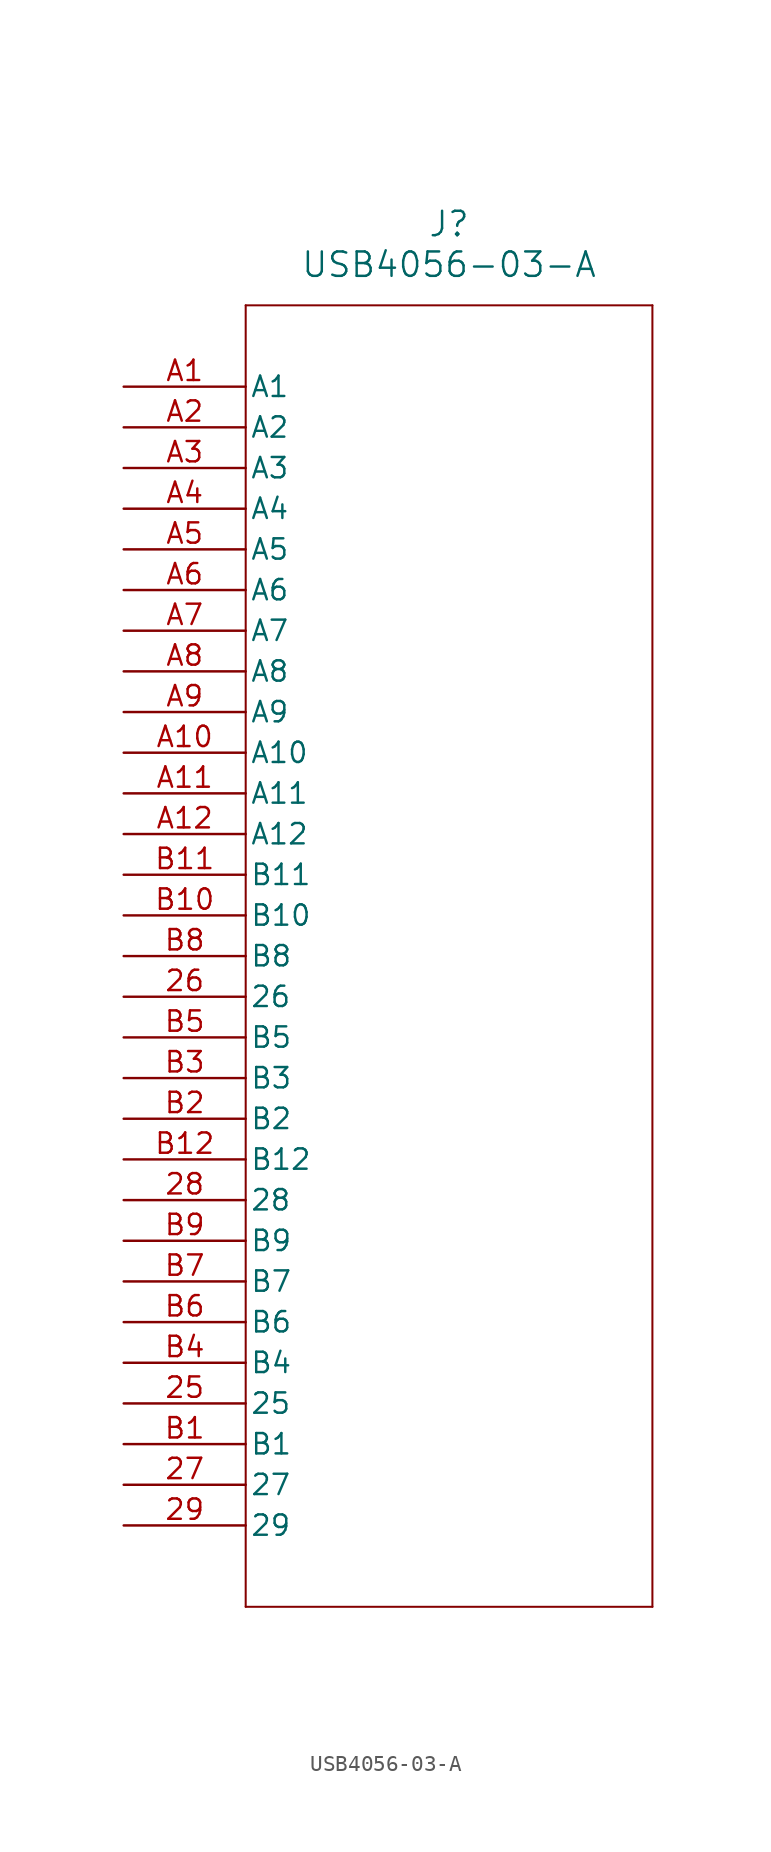
<source format=kicad_sym>
(kicad_symbol_lib
  (version 20220914)
  (generator kicad_symbol_editor)
  (symbol "USB4056-03-A"
    (pin_names
      (offset 0.254))
    (property "Reference" "J"
      (at 20.32 10.16 0)
      (effects (font (size 1.524 1.524))))
    (property "Value" "USB4056-03-A"
      (at 20.32 7.62 0)
      (effects (font (size 1.524 1.524))))
    (property "ki_locked" ""
      (at 0 0 0)
      (effects (font (size 1.27 1.27))))
    (symbol "USB4056-03-A_0_1"
      (polyline (pts (xy 7.62 -76.2) (xy 33.02 -76.2)) (stroke (width 0.127) (type default)) (fill (type none)))
      (polyline (pts (xy 7.62 5.08) (xy 7.62 -76.2)) (stroke (width 0.127) (type default)) (fill (type none)))
      (polyline (pts (xy 33.02 -76.2) (xy 33.02 5.08)) (stroke (width 0.127) (type default)) (fill (type none)))
      (polyline (pts (xy 33.02 5.08) (xy 7.62 5.08)) (stroke (width 0.127) (type default)) (fill (type none)))
      (pin unspecified line (at 0 -63.5 0) (length 7.62) (name "25" (effects (font (size 1.27 1.27)))) (number "25" (effects (font (size 1.27 1.27)))))
      (pin unspecified line (at 0 -38.1 0) (length 7.62) (name "26" (effects (font (size 1.27 1.27)))) (number "26" (effects (font (size 1.27 1.27)))))
      (pin unspecified line (at 0 -68.58 0) (length 7.62) (name "27" (effects (font (size 1.27 1.27)))) (number "27" (effects (font (size 1.27 1.27)))))
      (pin unspecified line (at 0 -50.8 0) (length 7.62) (name "28" (effects (font (size 1.27 1.27)))) (number "28" (effects (font (size 1.27 1.27)))))
      (pin unspecified line (at 0 -71.12 0) (length 7.62) (name "29" (effects (font (size 1.27 1.27)))) (number "29" (effects (font (size 1.27 1.27)))))
      (pin unspecified line (at 0 0 0) (length 7.62) (name "A1" (effects (font (size 1.27 1.27)))) (number "A1" (effects (font (size 1.27 1.27)))))
      (pin unspecified line (at 0 -22.86 0) (length 7.62) (name "A10" (effects (font (size 1.27 1.27)))) (number "A10" (effects (font (size 1.27 1.27)))))
      (pin unspecified line (at 0 -25.4 0) (length 7.62) (name "A11" (effects (font (size 1.27 1.27)))) (number "A11" (effects (font (size 1.27 1.27)))))
      (pin unspecified line (at 0 -27.94 0) (length 7.62) (name "A12" (effects (font (size 1.27 1.27)))) (number "A12" (effects (font (size 1.27 1.27)))))
      (pin unspecified line (at 0 -2.54 0) (length 7.62) (name "A2" (effects (font (size 1.27 1.27)))) (number "A2" (effects (font (size 1.27 1.27)))))
      (pin unspecified line (at 0 -5.08 0) (length 7.62) (name "A3" (effects (font (size 1.27 1.27)))) (number "A3" (effects (font (size 1.27 1.27)))))
      (pin unspecified line (at 0 -7.62 0) (length 7.62) (name "A4" (effects (font (size 1.27 1.27)))) (number "A4" (effects (font (size 1.27 1.27)))))
      (pin unspecified line (at 0 -10.16 0) (length 7.62) (name "A5" (effects (font (size 1.27 1.27)))) (number "A5" (effects (font (size 1.27 1.27)))))
      (pin unspecified line (at 0 -12.7 0) (length 7.62) (name "A6" (effects (font (size 1.27 1.27)))) (number "A6" (effects (font (size 1.27 1.27)))))
      (pin unspecified line (at 0 -15.24 0) (length 7.62) (name "A7" (effects (font (size 1.27 1.27)))) (number "A7" (effects (font (size 1.27 1.27)))))
      (pin unspecified line (at 0 -17.78 0) (length 7.62) (name "A8" (effects (font (size 1.27 1.27)))) (number "A8" (effects (font (size 1.27 1.27)))))
      (pin unspecified line (at 0 -20.32 0) (length 7.62) (name "A9" (effects (font (size 1.27 1.27)))) (number "A9" (effects (font (size 1.27 1.27)))))
      (pin unspecified line (at 0 -66.04 0) (length 7.62) (name "B1" (effects (font (size 1.27 1.27)))) (number "B1" (effects (font (size 1.27 1.27)))))
      (pin unspecified line (at 0 -33.02 0) (length 7.62) (name "B10" (effects (font (size 1.27 1.27)))) (number "B10" (effects (font (size 1.27 1.27)))))
      (pin unspecified line (at 0 -30.48 0) (length 7.62) (name "B11" (effects (font (size 1.27 1.27)))) (number "B11" (effects (font (size 1.27 1.27)))))
      (pin unspecified line (at 0 -48.26 0) (length 7.62) (name "B12" (effects (font (size 1.27 1.27)))) (number "B12" (effects (font (size 1.27 1.27)))))
      (pin unspecified line (at 0 -45.72 0) (length 7.62) (name "B2" (effects (font (size 1.27 1.27)))) (number "B2" (effects (font (size 1.27 1.27)))))
      (pin unspecified line (at 0 -43.18 0) (length 7.62) (name "B3" (effects (font (size 1.27 1.27)))) (number "B3" (effects (font (size 1.27 1.27)))))
      (pin unspecified line (at 0 -60.96 0) (length 7.62) (name "B4" (effects (font (size 1.27 1.27)))) (number "B4" (effects (font (size 1.27 1.27)))))
      (pin unspecified line (at 0 -40.64 0) (length 7.62) (name "B5" (effects (font (size 1.27 1.27)))) (number "B5" (effects (font (size 1.27 1.27)))))
      (pin unspecified line (at 0 -58.42 0) (length 7.62) (name "B6" (effects (font (size 1.27 1.27)))) (number "B6" (effects (font (size 1.27 1.27)))))
      (pin unspecified line (at 0 -55.88 0) (length 7.62) (name "B7" (effects (font (size 1.27 1.27)))) (number "B7" (effects (font (size 1.27 1.27)))))
      (pin unspecified line (at 0 -35.56 0) (length 7.62) (name "B8" (effects (font (size 1.27 1.27)))) (number "B8" (effects (font (size 1.27 1.27)))))
      (pin unspecified line (at 0 -53.34 0) (length 7.62) (name "B9" (effects (font (size 1.27 1.27)))) (number "B9" (effects (font (size 1.27 1.27))))))))
</source>
